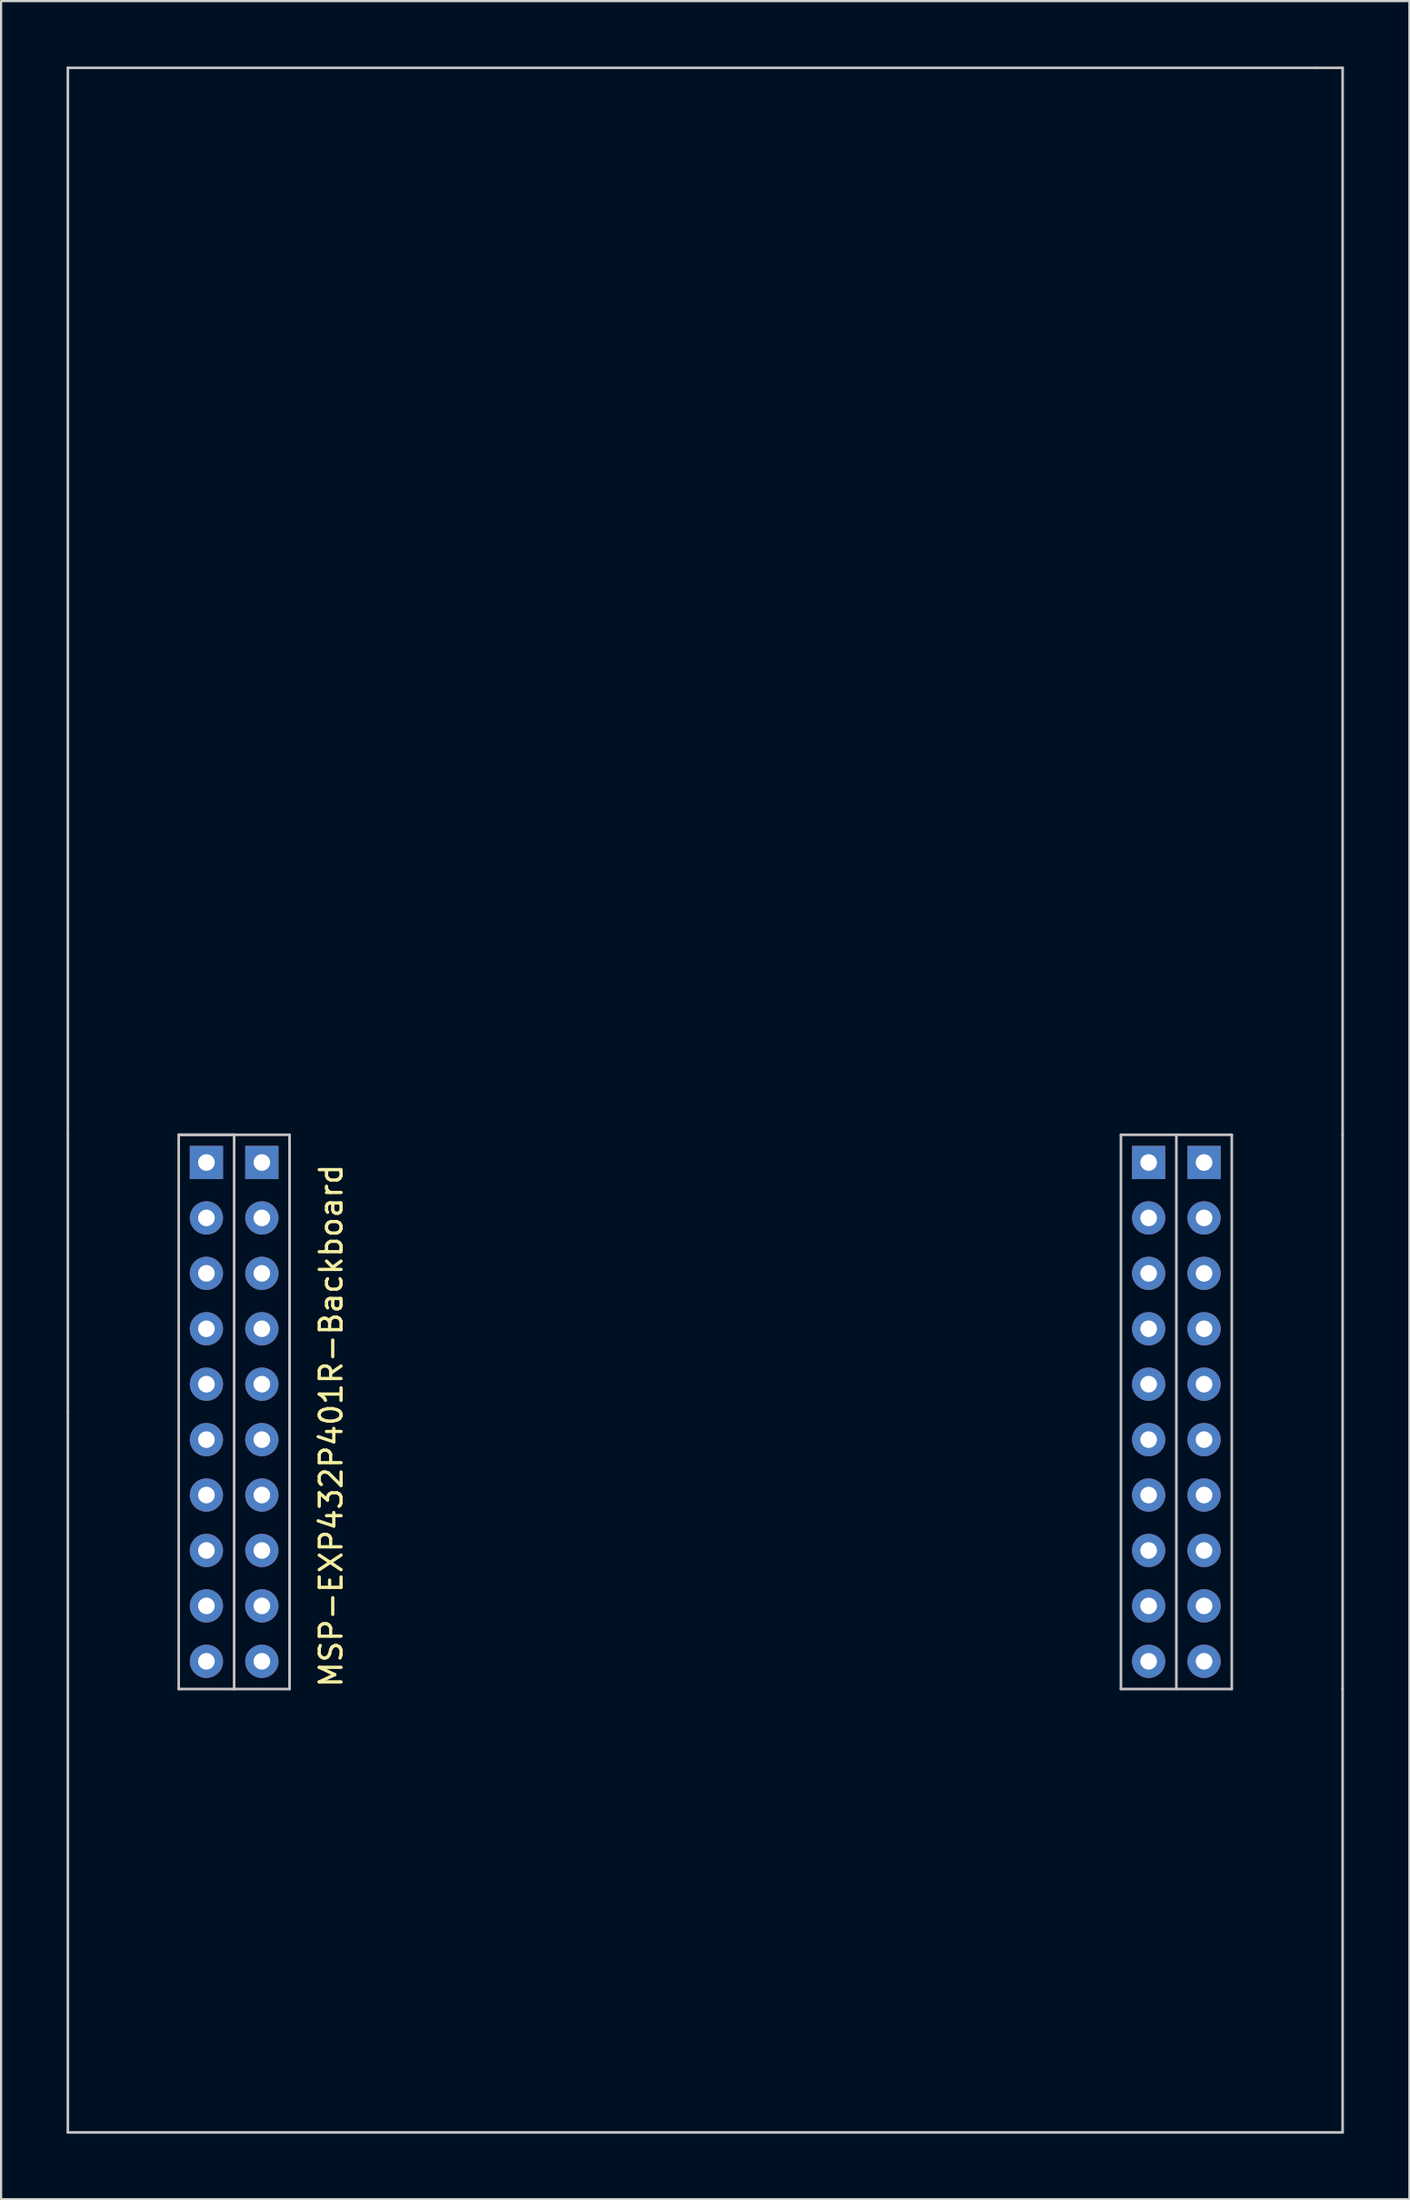
<source format=kicad_pcb>
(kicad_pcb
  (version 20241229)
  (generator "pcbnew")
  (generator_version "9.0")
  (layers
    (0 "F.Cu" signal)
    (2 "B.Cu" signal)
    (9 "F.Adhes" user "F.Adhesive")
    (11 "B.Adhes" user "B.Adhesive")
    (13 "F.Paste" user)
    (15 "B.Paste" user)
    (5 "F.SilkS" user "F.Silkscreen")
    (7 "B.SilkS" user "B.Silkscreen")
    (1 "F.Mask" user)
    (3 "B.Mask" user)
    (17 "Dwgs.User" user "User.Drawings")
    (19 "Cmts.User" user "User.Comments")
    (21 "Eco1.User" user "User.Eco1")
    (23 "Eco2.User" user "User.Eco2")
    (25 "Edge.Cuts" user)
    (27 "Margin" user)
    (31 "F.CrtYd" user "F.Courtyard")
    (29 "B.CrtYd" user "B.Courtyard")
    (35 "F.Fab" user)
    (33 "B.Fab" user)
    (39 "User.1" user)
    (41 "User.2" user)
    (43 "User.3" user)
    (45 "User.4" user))
  (footprint "MSP-EXP432P401R-Backboard"
    (layer "F.Cu")
    (at 28 61.655)
    (property "Reference" "MSP-EXP432P401R-Backboard" (at -15.875 0.635 90) (layer "F.SilkS") (effects (font (size 1 1) (thickness 0.15))))
    (attr through_hole)
    (fp_line (start -22.86 -12.7) (end -22.86 -12.065) (stroke (width 0.12) (type solid)) (layer "B.Paste"))
    (fp_line (start -22.86 -12.7) (end -22.225 -12.7) (stroke (width 0.12) (type solid)) (layer "B.Paste"))
    (fp_line (start -22.86 -12.065) (end -22.86 -12.7) (stroke (width 0.12) (type solid)) (layer "B.Paste"))
    (fp_line (start -22.86 -10.16) (end -22.86 12.7) (stroke (width 0.12) (type solid)) (layer "B.Paste"))
    (fp_line (start -22.86 12.7) (end -20.32 12.7) (stroke (width 0.12) (type solid)) (layer "B.Paste"))
    (fp_line (start -20.32 -10.16) (end -22.86 -10.16) (stroke (width 0.12) (type solid)) (layer "B.Paste"))
    (fp_line (start -20.32 -10.16) (end -20.32 12.7) (stroke (width 0.12) (type solid)) (layer "B.Paste"))
    (fp_line (start -20.32 12.7) (end -17.78 12.7) (stroke (width 0.12) (type solid)) (layer "B.Paste"))
    (fp_line (start -17.78 -12.7) (end -18.415 -12.7) (stroke (width 0.12) (type solid)) (layer "B.Paste"))
    (fp_line (start -17.78 -12.065) (end -17.78 -12.7) (stroke (width 0.12) (type solid)) (layer "B.Paste"))
    (fp_line (start -17.78 -10.16) (end -20.32 -10.16) (stroke (width 0.12) (type solid)) (layer "B.Paste"))
    (fp_line (start -17.78 12.7) (end -17.78 -10.16) (stroke (width 0.12) (type solid)) (layer "B.Paste"))
    (fp_line (start 20.32 -12.7) (end 20.32 -12.065) (stroke (width 0.12) (type solid)) (layer "B.Paste"))
    (fp_line (start 20.32 -12.7) (end 20.955 -12.7) (stroke (width 0.12) (type solid)) (layer "B.Paste"))
    (fp_line (start 20.32 -10.16) (end 25.4 -10.16) (stroke (width 0.12) (type solid)) (layer "B.Paste"))
    (fp_line (start 20.32 12.7) (end 20.32 -10.16) (stroke (width 0.12) (type solid)) (layer "B.Paste"))
    (fp_line (start 22.86 -10.16) (end 22.86 12.7) (stroke (width 0.12) (type solid)) (layer "B.Paste"))
    (fp_line (start 25.4 -12.7) (end 24.765 -12.7) (stroke (width 0.12) (type solid)) (layer "B.Paste"))
    (fp_line (start 25.4 -12.7) (end 25.4 -12.065) (stroke (width 0.12) (type solid)) (layer "B.Paste"))
    (fp_line (start 25.4 -10.16) (end 25.4 12.7) (stroke (width 0.12) (type solid)) (layer "B.Paste"))
    (fp_line (start 25.4 12.7) (end 20.32 12.7) (stroke (width 0.12) (type solid)) (layer "B.Paste"))
    (fp_line (start -27.94 -61.595) (end 29.21 -61.595) (stroke (width 0.12) (type solid)) (layer "Dwgs.User"))
    (fp_line (start -27.94 -12.7) (end -27.94 -61.595) (stroke (width 0.12) (type solid)) (layer "Dwgs.User"))
    (fp_line (start -27.94 0) (end -27.94 -12.7) (stroke (width 0.12) (type solid)) (layer "Dwgs.User"))
    (fp_line (start -27.94 0) (end -27.94 33.02) (stroke (width 0.12) (type solid)) (layer "Dwgs.User"))
    (fp_line (start -27.94 33.02) (end -22.86 33.02) (stroke (width 0.12) (type solid)) (layer "Dwgs.User"))
    (fp_line (start -22.86 -12.7) (end -22.86 12.7) (stroke (width 0.12) (type solid)) (layer "Dwgs.User"))
    (fp_line (start -22.86 -12.7) (end -20.32 -12.7) (stroke (width 0.12) (type solid)) (layer "Dwgs.User"))
    (fp_line (start -20.32 -12.7) (end -22.86 -12.7) (stroke (width 0.12) (type solid)) (layer "Dwgs.User"))
    (fp_line (start -20.32 -12.7) (end -20.32 12.7) (stroke (width 0.12) (type solid)) (layer "Dwgs.User"))
    (fp_line (start -20.32 12.7) (end -22.86 12.7) (stroke (width 0.12) (type solid)) (layer "Dwgs.User"))
    (fp_line (start -20.32 12.7) (end -17.78 12.7) (stroke (width 0.12) (type solid)) (layer "Dwgs.User"))
    (fp_line (start -17.78 -12.7) (end -20.32 -12.7) (stroke (width 0.12) (type solid)) (layer "Dwgs.User"))
    (fp_line (start -17.78 12.7) (end -17.78 -12.7) (stroke (width 0.12) (type solid)) (layer "Dwgs.User"))
    (fp_line (start 20.32 -12.7) (end 20.32 12.7) (stroke (width 0.12) (type solid)) (layer "Dwgs.User"))
    (fp_line (start 20.32 12.7) (end 25.4 12.7) (stroke (width 0.12) (type solid)) (layer "Dwgs.User"))
    (fp_line (start 22.86 -12.7) (end 22.86 12.7) (stroke (width 0.12) (type solid)) (layer "Dwgs.User"))
    (fp_line (start 25.4 -12.7) (end 20.32 -12.7) (stroke (width 0.12) (type solid)) (layer "Dwgs.User"))
    (fp_line (start 25.4 12.7) (end 25.4 -12.7) (stroke (width 0.12) (type solid)) (layer "Dwgs.User"))
    (fp_line (start 25.4 33.02) (end -22.86 33.02) (stroke (width 0.12) (type solid)) (layer "Dwgs.User"))
    (fp_line (start 30.48 -61.595) (end 29.21 -61.595) (stroke (width 0.12) (type solid)) (layer "Dwgs.User"))
    (fp_line (start 30.48 -12.7) (end 30.48 -61.595) (stroke (width 0.12) (type solid)) (layer "Dwgs.User"))
    (fp_line (start 30.48 12.7) (end 30.48 -12.7) (stroke (width 0.12) (type solid)) (layer "Dwgs.User"))
    (fp_line (start 30.48 12.7) (end 30.48 33.02) (stroke (width 0.12) (type solid)) (layer "Dwgs.User"))
    (fp_line (start 30.48 33.02) (end 25.4 33.02) (stroke (width 0.12) (type solid)) (layer "Dwgs.User"))
    (pad "1" thru_hole rect (at -21.59 -11.43) (size 1.524 1.524) (drill 0.762) (layers "*.Cu" "*.Mask"))
    (pad "2" thru_hole circle (at -21.59 -8.89) (size 1.524 1.524) (drill 0.762) (layers "*.Cu" "*.Mask"))
    (pad "3" thru_hole circle (at -21.59 -6.35) (size 1.524 1.524) (drill 0.762) (layers "*.Cu" "*.Mask"))
    (pad "4" thru_hole circle (at -21.59 -3.81) (size 1.524 1.524) (drill 0.762) (layers "*.Cu" "*.Mask"))
    (pad "5" thru_hole circle (at -21.59 -1.27) (size 1.524 1.524) (drill 0.762) (layers "*.Cu" "*.Mask"))
    (pad "6" thru_hole circle (at -21.59 1.27) (size 1.524 1.524) (drill 0.762) (layers "*.Cu" "*.Mask"))
    (pad "7" thru_hole circle (at -21.59 3.81) (size 1.524 1.524) (drill 0.762) (layers "*.Cu" "*.Mask"))
    (pad "8" thru_hole circle (at -21.59 6.35) (size 1.524 1.524) (drill 0.762) (layers "*.Cu" "*.Mask"))
    (pad "9" thru_hole circle (at -21.59 8.89) (size 1.524 1.524) (drill 0.762) (layers "*.Cu" "*.Mask"))
    (pad "10" thru_hole circle (at -21.59 11.43) (size 1.524 1.524) (drill 0.762) (layers "*.Cu" "*.Mask"))
    (pad "11" thru_hole rect (at -19.05 -11.43) (size 1.524 1.524) (drill 0.762) (layers "*.Cu" "*.Mask"))
    (pad "12" thru_hole circle (at -19.05 -8.89) (size 1.524 1.524) (drill 0.762) (layers "*.Cu" "*.Mask"))
    (pad "13" thru_hole circle (at -19.05 -6.35) (size 1.524 1.524) (drill 0.762) (layers "*.Cu" "*.Mask"))
    (pad "14" thru_hole circle (at -19.05 -3.81) (size 1.524 1.524) (drill 0.762) (layers "*.Cu" "*.Mask"))
    (pad "15" thru_hole circle (at -19.05 -1.27) (size 1.524 1.524) (drill 0.762) (layers "*.Cu" "*.Mask"))
    (pad "16" thru_hole circle (at -19.05 1.27) (size 1.524 1.524) (drill 0.762) (layers "*.Cu" "*.Mask"))
    (pad "17" thru_hole circle (at -19.05 3.81) (size 1.524 1.524) (drill 0.762) (layers "*.Cu" "*.Mask"))
    (pad "18" thru_hole circle (at -19.05 6.35) (size 1.524 1.524) (drill 0.762) (layers "*.Cu" "*.Mask"))
    (pad "19" thru_hole circle (at -19.05 8.89) (size 1.524 1.524) (drill 0.762) (layers "*.Cu" "*.Mask"))
    (pad "20" thru_hole circle (at -19.05 11.43) (size 1.524 1.524) (drill 0.762) (layers "*.Cu" "*.Mask"))
    (pad "21" thru_hole rect (at 24.13 -11.43) (size 1.524 1.524) (drill 0.762) (layers "*.Cu" "*.Mask"))
    (pad "22" thru_hole circle (at 24.13 -8.89) (size 1.524 1.524) (drill 0.762) (layers "*.Cu" "*.Mask"))
    (pad "23" thru_hole circle (at 24.13 -6.35) (size 1.524 1.524) (drill 0.762) (layers "*.Cu" "*.Mask"))
    (pad "24" thru_hole circle (at 24.13 -3.81) (size 1.524 1.524) (drill 0.762) (layers "*.Cu" "*.Mask"))
    (pad "25" thru_hole circle (at 24.13 -1.27) (size 1.524 1.524) (drill 0.762) (layers "*.Cu" "*.Mask"))
    (pad "26" thru_hole circle (at 24.13 1.27) (size 1.524 1.524) (drill 0.762) (layers "*.Cu" "*.Mask"))
    (pad "27" thru_hole circle (at 24.13 3.81) (size 1.524 1.524) (drill 0.762) (layers "*.Cu" "*.Mask"))
    (pad "28" thru_hole circle (at 24.13 6.35) (size 1.524 1.524) (drill 0.762) (layers "*.Cu" "*.Mask"))
    (pad "29" thru_hole circle (at 24.13 8.89) (size 1.524 1.524) (drill 0.762) (layers "*.Cu" "*.Mask"))
    (pad "30" thru_hole circle (at 24.13 11.43) (size 1.524 1.524) (drill 0.762) (layers "*.Cu" "*.Mask"))
    (pad "31" thru_hole circle (at 21.59 11.43) (size 1.524 1.524) (drill 0.762) (layers "*.Cu" "*.Mask"))
    (pad "32" thru_hole circle (at 21.59 8.89) (size 1.524 1.524) (drill 0.762) (layers "*.Cu" "*.Mask"))
    (pad "33" thru_hole circle (at 21.59 6.35) (size 1.524 1.524) (drill 0.762) (layers "*.Cu" "*.Mask"))
    (pad "34" thru_hole circle (at 21.59 3.81) (size 1.524 1.524) (drill 0.762) (layers "*.Cu" "*.Mask"))
    (pad "35" thru_hole circle (at 21.59 1.27) (size 1.524 1.524) (drill 0.762) (layers "*.Cu" "*.Mask"))
    (pad "36" thru_hole circle (at 21.59 -1.27) (size 1.524 1.524) (drill 0.762) (layers "*.Cu" "*.Mask"))
    (pad "37" thru_hole circle (at 21.59 -3.81) (size 1.524 1.524) (drill 0.762) (layers "*.Cu" "*.Mask"))
    (pad "38" thru_hole circle (at 21.59 -6.35) (size 1.524 1.524) (drill 0.762) (layers "*.Cu" "*.Mask"))
    (pad "39" thru_hole circle (at 21.59 -8.89) (size 1.524 1.524) (drill 0.762) (layers "*.Cu" "*.Mask"))
    (pad "40" thru_hole rect (at 21.59 -11.43) (size 1.524 1.524) (drill 0.762) (layers "*.Cu" "*.Mask")))
  (gr_rect
    (start -3 -3)
    (end 61.54 97.735)
    (stroke (width 0.1) (type default))
    (fill no)
    (layer "Edge.Cuts")))
</source>
